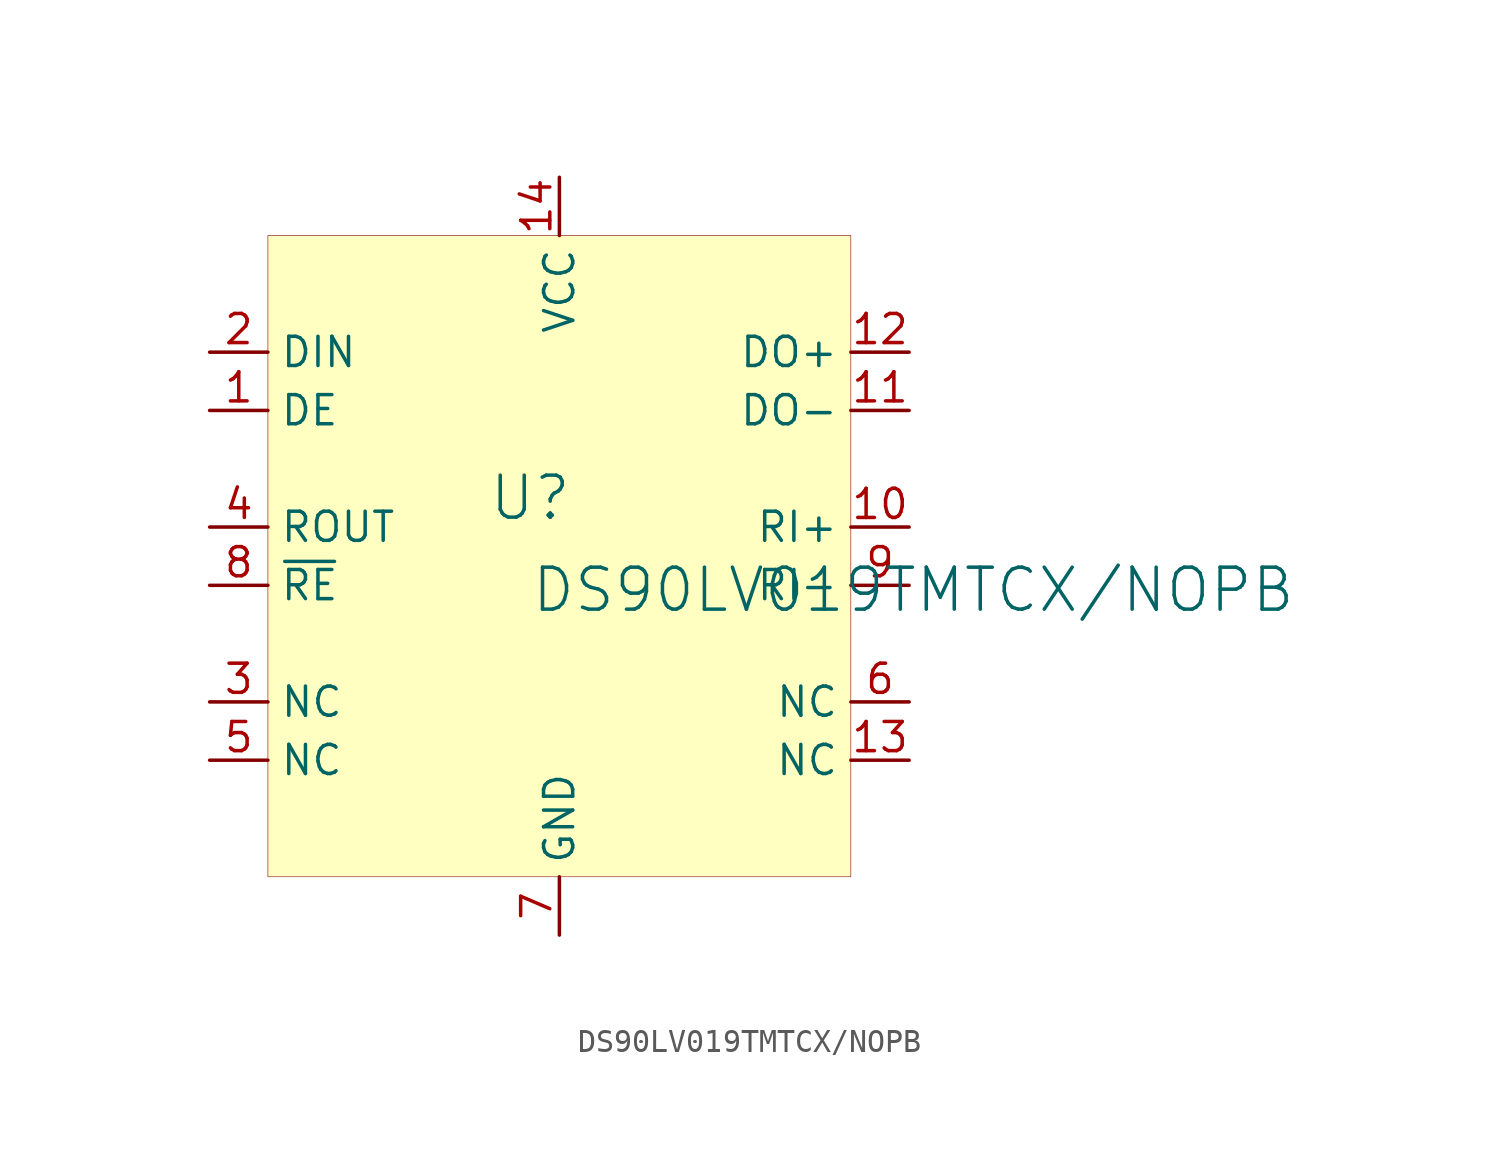
<source format=kicad_sym>
(kicad_symbol_lib
  (version 20231120)
  (generator "kicad_symbol_editor")
  (generator_version "8.0")
  (symbol "DS90LV019TMTCX/NOPB"
    (property "Reference" "U"
      (at -1.27 1.27 0)
      (effects (font (size 1.829 1.829))))
    (property "Value" "DS90LV019TMTCX/NOPB"
      (at -1.27 -3.81 0)
      (effects (font (size 1.829 1.829)) (justify left bottom)))
    (symbol "DS90LV019TMTCX/NOPB_1_0"
      (rectangle (start 12.7 12.7) (end -12.7 -15.24) (stroke (width 0.025) (type solid) (color 128 0 0 1)) (fill (type background)))
      (pin input line (at -15.24 5.08 0) (length 2.54) (name "DE" (effects (font (size 1.27 1.27)))) (number "1" (effects (font (size 1.27 1.27)))))
      (pin input line (at 15.24 0 180) (length 2.54) (name "RI+" (effects (font (size 1.27 1.27)))) (number "10" (effects (font (size 1.27 1.27)))))
      (pin output line (at 15.24 5.08 180) (length 2.54) (name "DO-" (effects (font (size 1.27 1.27)))) (number "11" (effects (font (size 1.27 1.27)))))
      (pin output line (at 15.24 7.62 180) (length 2.54) (name "DO+" (effects (font (size 1.27 1.27)))) (number "12" (effects (font (size 1.27 1.27)))))
      (pin passive line (at 15.24 -10.16 180) (length 2.54) (name "NC" (effects (font (size 1.27 1.27)))) (number "13" (effects (font (size 1.27 1.27)))))
      (pin power_in line (at 0 15.24 270) (length 2.54) (name "VCC" (effects (font (size 1.27 1.27)))) (number "14" (effects (font (size 1.27 1.27)))))
      (pin input line (at -15.24 7.62 0) (length 2.54) (name "DIN" (effects (font (size 1.27 1.27)))) (number "2" (effects (font (size 1.27 1.27)))))
      (pin passive line (at -15.24 -7.62 0) (length 2.54) (name "NC" (effects (font (size 1.27 1.27)))) (number "3" (effects (font (size 1.27 1.27)))))
      (pin output line (at -15.24 0 0) (length 2.54) (name "ROUT" (effects (font (size 1.27 1.27)))) (number "4" (effects (font (size 1.27 1.27)))))
      (pin passive line (at -15.24 -10.16 0) (length 2.54) (name "NC" (effects (font (size 1.27 1.27)))) (number "5" (effects (font (size 1.27 1.27)))))
      (pin passive line (at 15.24 -7.62 180) (length 2.54) (name "NC" (effects (font (size 1.27 1.27)))) (number "6" (effects (font (size 1.27 1.27)))))
      (pin power_in line (at 0 -17.78 90) (length 2.54) (name "GND" (effects (font (size 1.27 1.27)))) (number "7" (effects (font (size 1.27 1.27)))))
      (pin input line (at -15.24 -2.54 0) (length 2.54) (name "~{RE}" (effects (font (size 1.27 1.27)))) (number "8" (effects (font (size 1.27 1.27)))))
      (pin input line (at 15.24 -2.54 180) (length 2.54) (name "RI-" (effects (font (size 1.27 1.27)))) (number "9" (effects (font (size 1.27 1.27))))))))
</source>
